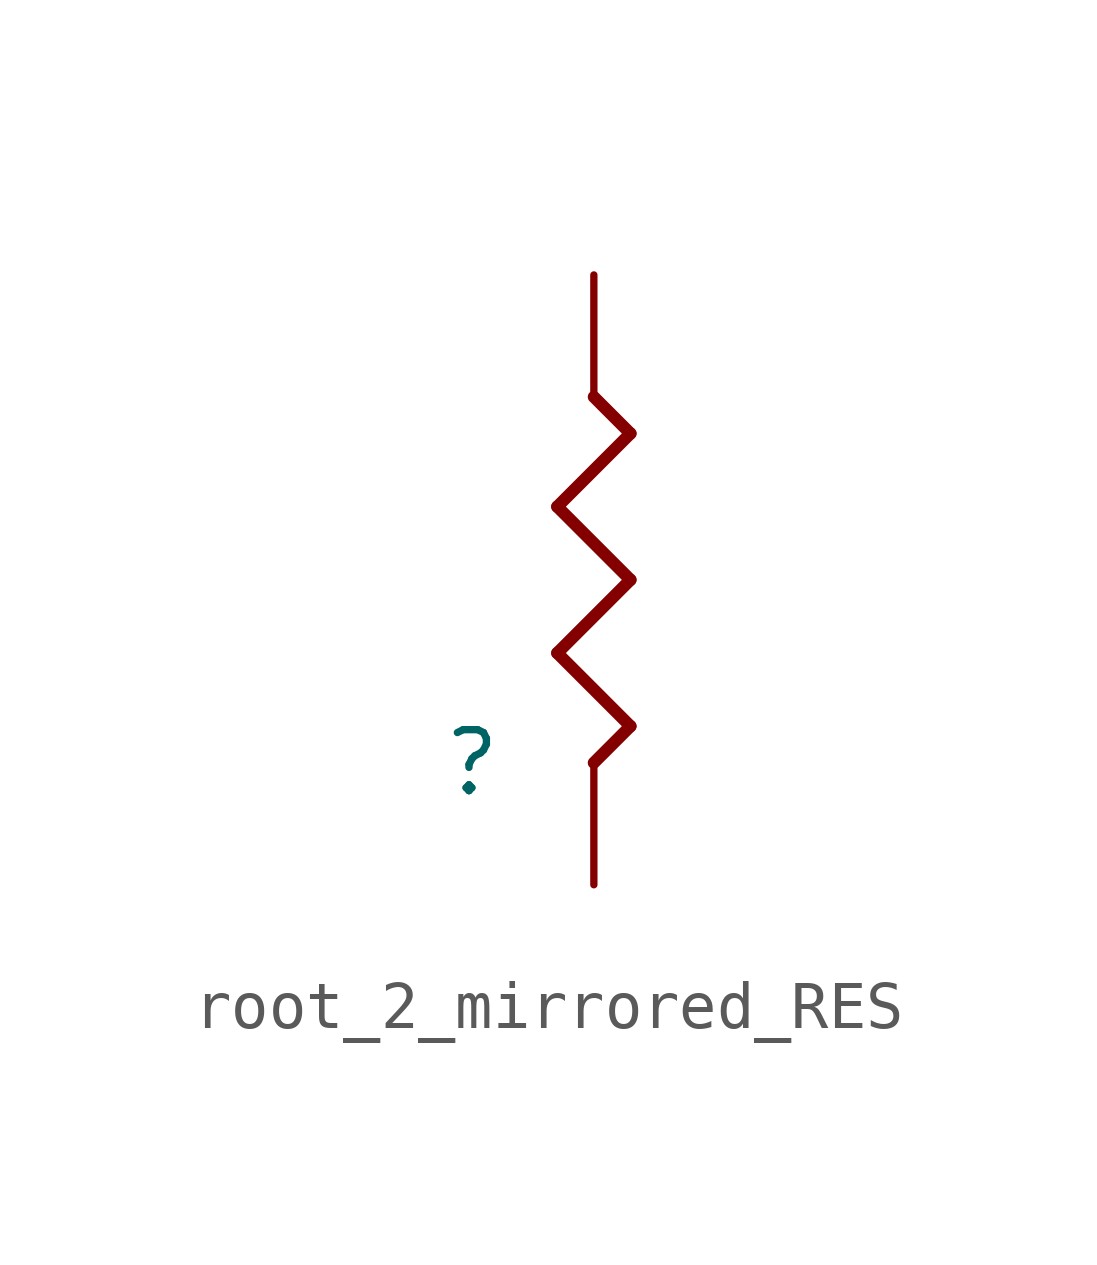
<source format=kicad_sym>
(kicad_symbol_lib
  (version 20231120)
  (generator "kicad_symbol_editor")
  (generator_version "8.0")
  (symbol "root_2_mirrored_RES"
    (property "Reference" ""
      (at 0 0 0)
      (effects (font (size 1.27 1.27))))
    (property "Value" ""
      (at 0 0 0)
      (effects (font (size 1.27 1.27))))
    (symbol "root_2_mirrored_RES_1_0"
      (polyline (pts (xy 1.778 2.286) (xy 3.302 3.81)) (stroke (width 0.254) (type solid)) (fill (type none)))
      (polyline (pts (xy 1.778 5.334) (xy 3.302 6.858)) (stroke (width 0.254) (type solid)) (fill (type none)))
      (polyline (pts (xy 2.54 0) (xy 3.302 0.762)) (stroke (width 0.254) (type solid)) (fill (type none)))
      (polyline (pts (xy 3.302 0.762) (xy 1.778 2.286)) (stroke (width 0.254) (type solid)) (fill (type none)))
      (polyline (pts (xy 3.302 3.81) (xy 1.778 5.334)) (stroke (width 0.254) (type solid)) (fill (type none)))
      (polyline (pts (xy 3.302 6.858) (xy 2.54 7.62)) (stroke (width 0.254) (type solid)) (fill (type none)))
      (pin passive line (at 2.54 -2.54 90) (length 2.54) (name "1" (effects (font (size 0 0)))) (number "1" (effects (font (size 0 0)))))
      (pin passive line (at 2.54 10.16 270) (length 2.54) (name "2" (effects (font (size 0 0)))) (number "2" (effects (font (size 0 0))))))))
</source>
